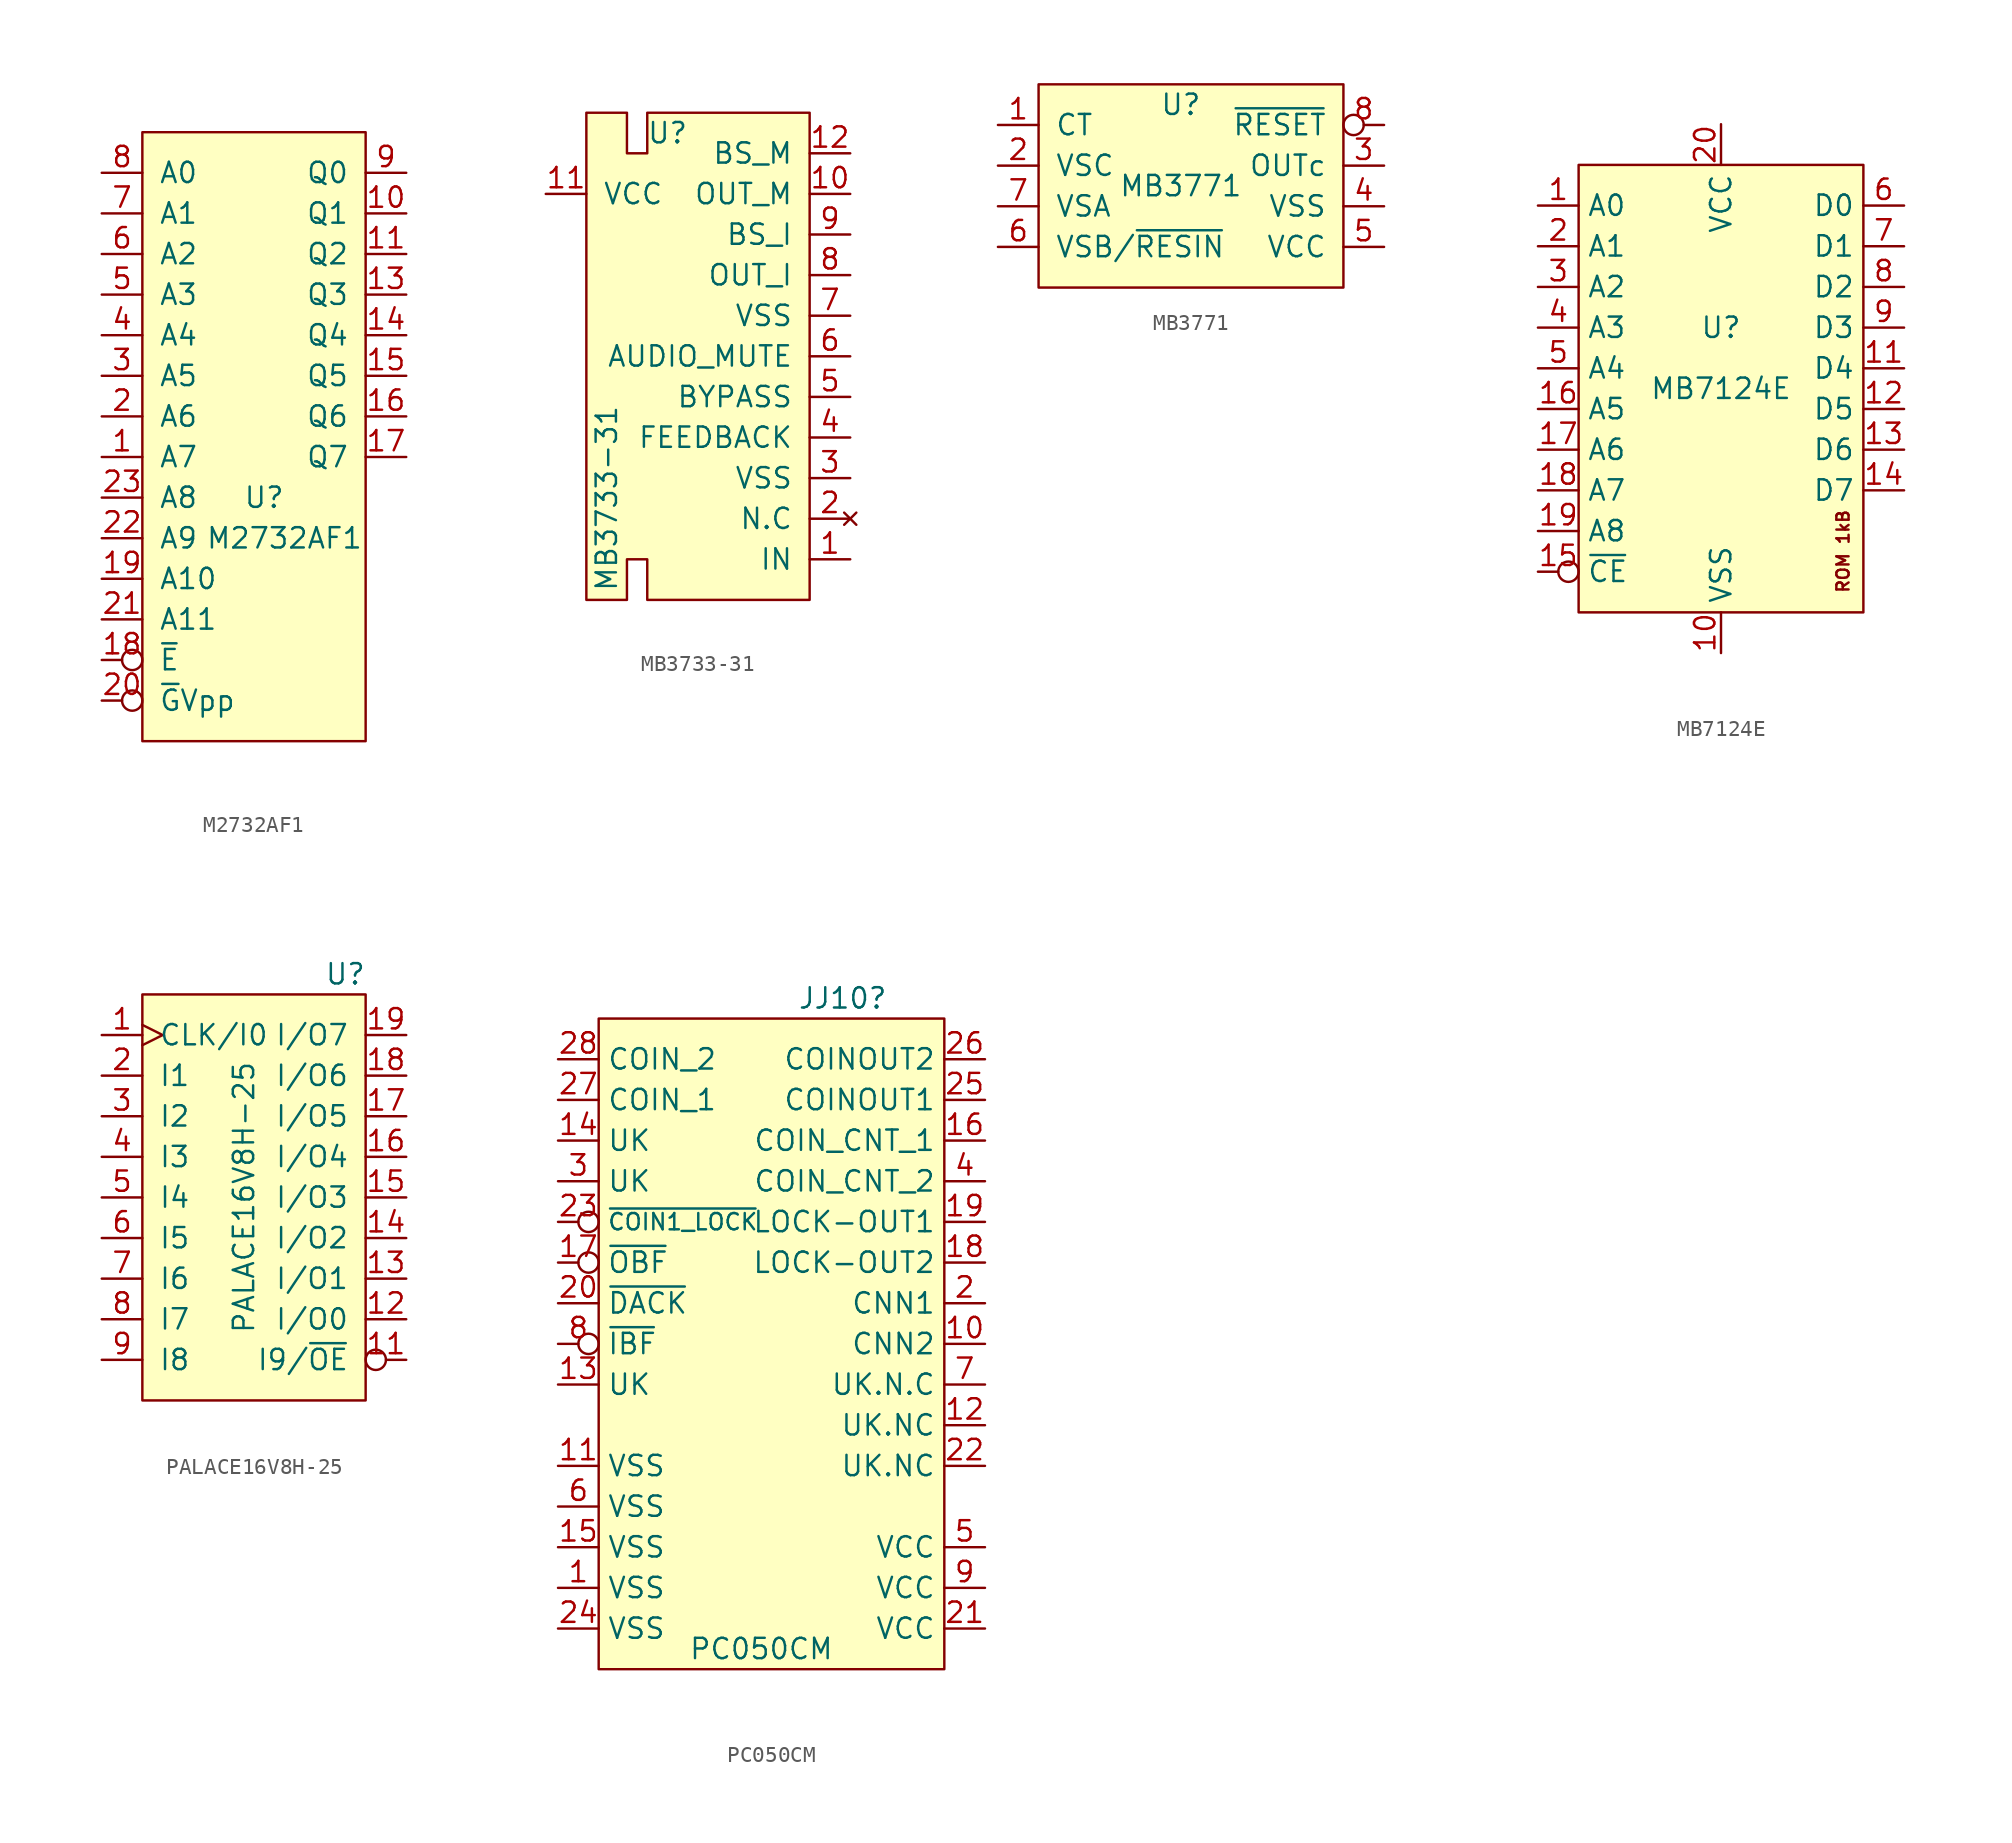
<source format=kicad_sym>
(kicad_symbol_lib
  (version 20211014)
  (generator kicad_symbol_editor)
  (symbol "M2732AF1"
    (pin_names
      (offset 1.016))
    (property "Reference" "U"
      (at 1.27 -6.35 0)
      (effects (font (size 1.27 1.27))))
    (property "Value" "M2732AF1"
      (at 2.54 -8.89 0)
      (effects (font (size 1.27 1.27))))
    (symbol "M2732AF1_0_1"
      (rectangle (start -6.35 16.51) (end 7.62 -21.59) (stroke (width 0) (type default) (color 0 0 0 0)) (fill (type background))))
    (symbol "M2732AF1_1_1"
      (pin input line (at -8.89 -3.81 0) (length 2.54) (name "A7" (effects (font (size 1.27 1.27)))) (number "1" (effects (font (size 1.27 1.27)))))
      (pin bidirectional line (at 10.16 11.43 180) (length 2.54) (name "Q1" (effects (font (size 1.27 1.27)))) (number "10" (effects (font (size 1.27 1.27)))))
      (pin bidirectional line (at 10.16 8.89 180) (length 2.54) (name "Q2" (effects (font (size 1.27 1.27)))) (number "11" (effects (font (size 1.27 1.27)))))
      (pin power_in line (at 0 -21.59 90) (length 2.54) hide (name "VSS" (effects (font (size 1.27 1.27)))) (number "12" (effects (font (size 1.27 1.27)))))
      (pin output line (at 10.16 6.35 180) (length 2.54) (name "Q3" (effects (font (size 1.27 1.27)))) (number "13" (effects (font (size 1.27 1.27)))))
      (pin output line (at 10.16 3.81 180) (length 2.54) (name "Q4" (effects (font (size 1.27 1.27)))) (number "14" (effects (font (size 1.27 1.27)))))
      (pin output line (at 10.16 1.27 180) (length 2.54) (name "Q5" (effects (font (size 1.27 1.27)))) (number "15" (effects (font (size 1.27 1.27)))))
      (pin output line (at 10.16 -1.27 180) (length 2.54) (name "Q6" (effects (font (size 1.27 1.27)))) (number "16" (effects (font (size 1.27 1.27)))))
      (pin output line (at 10.16 -3.81 180) (length 2.54) (name "Q7" (effects (font (size 1.27 1.27)))) (number "17" (effects (font (size 1.27 1.27)))))
      (pin input inverted (at -8.89 -16.51 0) (length 2.54) (name "~{E}" (effects (font (size 1.27 1.27)))) (number "18" (effects (font (size 1.27 1.27)))))
      (pin input line (at -8.89 -11.43 0) (length 2.54) (name "A10" (effects (font (size 1.27 1.27)))) (number "19" (effects (font (size 1.27 1.27)))))
      (pin input line (at -8.89 -1.27 0) (length 2.54) (name "A6" (effects (font (size 1.27 1.27)))) (number "2" (effects (font (size 1.27 1.27)))))
      (pin input inverted (at -8.89 -19.05 0) (length 2.54) (name "~{G}Vpp" (effects (font (size 1.27 1.27)))) (number "20" (effects (font (size 1.27 1.27)))))
      (pin input line (at -8.89 -13.97 0) (length 2.54) (name "A11" (effects (font (size 1.27 1.27)))) (number "21" (effects (font (size 1.27 1.27)))))
      (pin input line (at -8.89 -8.89 0) (length 2.54) (name "A9" (effects (font (size 1.27 1.27)))) (number "22" (effects (font (size 1.27 1.27)))))
      (pin input line (at -8.89 -6.35 0) (length 2.54) (name "A8" (effects (font (size 1.27 1.27)))) (number "23" (effects (font (size 1.27 1.27)))))
      (pin power_in line (at 0 16.51 270) (length 2.54) hide (name "VCC" (effects (font (size 1.27 1.27)))) (number "24" (effects (font (size 1.27 1.27)))))
      (pin input line (at -8.89 1.27 0) (length 2.54) (name "A5" (effects (font (size 1.27 1.27)))) (number "3" (effects (font (size 1.27 1.27)))))
      (pin input line (at -8.89 3.81 0) (length 2.54) (name "A4" (effects (font (size 1.27 1.27)))) (number "4" (effects (font (size 1.27 1.27)))))
      (pin input line (at -8.89 6.35 0) (length 2.54) (name "A3" (effects (font (size 1.27 1.27)))) (number "5" (effects (font (size 1.27 1.27)))))
      (pin input line (at -8.89 8.89 0) (length 2.54) (name "A2" (effects (font (size 1.27 1.27)))) (number "6" (effects (font (size 1.27 1.27)))))
      (pin input line (at -8.89 11.43 0) (length 2.54) (name "A1" (effects (font (size 1.27 1.27)))) (number "7" (effects (font (size 1.27 1.27)))))
      (pin input line (at -8.89 13.97 0) (length 2.54) (name "A0" (effects (font (size 1.27 1.27)))) (number "8" (effects (font (size 1.27 1.27)))))
      (pin bidirectional line (at 10.16 13.97 180) (length 2.54) (name "Q0" (effects (font (size 1.27 1.27)))) (number "9" (effects (font (size 1.27 1.27)))))))
  (symbol "MB3733-31"
    (pin_names
      (offset 1.016))
    (property "Reference" "U"
      (at -2.54 -11.43 0)
      (effects (font (size 1.27 1.27))))
    (property "Value" "MB3733-31"
      (at -6.35 -34.29 90)
      (effects (font (size 1.27 1.27))))
    (symbol "MB3733-31_0_1"
      (polyline (pts (xy 6.35 -10.16) (xy 6.35 -40.64) (xy -3.81 -40.64) (xy -3.81 -38.1) (xy -5.08 -38.1) (xy -5.08 -40.64) (xy -7.62 -40.64) (xy -7.62 -10.16) (xy -5.08 -10.16) (xy -5.08 -12.7) (xy -3.81 -12.7) (xy -3.81 -10.16) (xy 6.35 -10.16)) (stroke (width 0) (type default) (color 0 0 0 0)) (fill (type background))))
    (symbol "MB3733-31_1_1"
      (pin input line (at 8.89 -38.1 180) (length 2.54) (name "IN" (effects (font (size 1.27 1.27)))) (number "1" (effects (font (size 1.27 1.27)))))
      (pin output line (at 8.89 -15.24 180) (length 2.54) (name "OUT_M" (effects (font (size 1.27 1.27)))) (number "10" (effects (font (size 1.27 1.27)))))
      (pin power_in line (at -10.16 -15.24 0) (length 2.54) (name "VCC" (effects (font (size 1.27 1.27)))) (number "11" (effects (font (size 1.27 1.27)))))
      (pin output line (at 8.89 -12.7 180) (length 2.54) (name "BS_M" (effects (font (size 1.27 1.27)))) (number "12" (effects (font (size 1.27 1.27)))))
      (pin no_connect line (at 8.89 -35.56 180) (length 2.54) (name "N.C" (effects (font (size 1.27 1.27)))) (number "2" (effects (font (size 1.27 1.27)))))
      (pin power_in line (at 8.89 -33.02 180) (length 2.54) (name "VSS" (effects (font (size 1.27 1.27)))) (number "3" (effects (font (size 1.27 1.27)))))
      (pin input line (at 8.89 -30.48 180) (length 2.54) (name "FEEDBACK" (effects (font (size 1.27 1.27)))) (number "4" (effects (font (size 1.27 1.27)))))
      (pin input line (at 8.89 -27.94 180) (length 2.54) (name "BYPASS" (effects (font (size 1.27 1.27)))) (number "5" (effects (font (size 1.27 1.27)))))
      (pin input line (at 8.89 -25.4 180) (length 2.54) (name "AUDIO_MUTE" (effects (font (size 1.27 1.27)))) (number "6" (effects (font (size 1.27 1.27)))))
      (pin power_in line (at 8.89 -22.86 180) (length 2.54) (name "VSS" (effects (font (size 1.27 1.27)))) (number "7" (effects (font (size 1.27 1.27)))))
      (pin output line (at 8.89 -20.32 180) (length 2.54) (name "OUT_I" (effects (font (size 1.27 1.27)))) (number "8" (effects (font (size 1.27 1.27)))))
      (pin output line (at 8.89 -17.78 180) (length 2.54) (name "BS_I" (effects (font (size 1.27 1.27)))) (number "9" (effects (font (size 1.27 1.27)))))))
  (symbol "MB3771"
    (pin_names
      (offset 1.016))
    (property "Reference" "U"
      (at 0 5.08 0)
      (effects (font (size 1.27 1.27))))
    (property "Value" "MB3771"
      (at 0 0 0)
      (effects (font (size 1.27 1.27))))
    (symbol "MB3771_0_1"
      (rectangle (start -8.89 6.35) (end 10.16 -6.35) (stroke (width 0) (type default) (color 0 0 0 0)) (fill (type background))))
    (symbol "MB3771_1_1"
      (pin input line (at -11.43 3.81 0) (length 2.54) (name "CT" (effects (font (size 1.27 1.27)))) (number "1" (effects (font (size 1.27 1.27)))))
      (pin input line (at -11.43 1.27 0) (length 2.54) (name "VSC" (effects (font (size 1.27 1.27)))) (number "2" (effects (font (size 1.27 1.27)))))
      (pin output line (at 12.7 1.27 180) (length 2.54) (name "OUTc" (effects (font (size 1.27 1.27)))) (number "3" (effects (font (size 1.27 1.27)))))
      (pin power_in line (at 12.7 -1.27 180) (length 2.54) (name "VSS" (effects (font (size 1.27 1.27)))) (number "4" (effects (font (size 1.27 1.27)))))
      (pin power_in line (at 12.7 -3.81 180) (length 2.54) (name "VCC" (effects (font (size 1.27 1.27)))) (number "5" (effects (font (size 1.27 1.27)))))
      (pin input line (at -11.43 -3.81 0) (length 2.54) (name "VSB/~{RESIN}" (effects (font (size 1.27 1.27)))) (number "6" (effects (font (size 1.27 1.27)))))
      (pin input line (at -11.43 -1.27 0) (length 2.54) (name "VSA" (effects (font (size 1.27 1.27)))) (number "7" (effects (font (size 1.27 1.27)))))
      (pin output inverted (at 12.7 3.81 180) (length 2.54) (name "~{RESET}" (effects (font (size 1.27 1.27)))) (number "8" (effects (font (size 1.27 1.27)))))))
  (symbol "MB7124E"
    (property "Reference" "U"
      (at 0 3.81 0)
      (effects (font (size 1.27 1.27))))
    (property "Value" "MB7124E"
      (at 0 0 0)
      (effects (font (size 1.27 1.27))))
    (symbol "MB7124E_0_0"
      (text "ROM 1kB" (at 7.62 -10.16 900) (effects (font (size 0.762 0.762)))))
    (symbol "MB7124E_0_1"
      (rectangle (start -8.89 13.97) (end 8.89 -13.97) (stroke (width 0.152) (type default) (color 0 0 0 0)) (fill (type background))))
    (symbol "MB7124E_1_1"
      (pin input line (at -11.43 11.43 0) (length 2.54) (name "A0" (effects (font (size 1.27 1.27)))) (number "1" (effects (font (size 1.27 1.27)))))
      (pin power_in line (at 0 -16.51 90) (length 2.54) (name "VSS" (effects (font (size 1.27 1.27)))) (number "10" (effects (font (size 1.27 1.27)))))
      (pin output line (at 11.43 1.27 180) (length 2.54) (name "D4" (effects (font (size 1.27 1.27)))) (number "11" (effects (font (size 1.27 1.27)))))
      (pin output line (at 11.43 -1.27 180) (length 2.54) (name "D5" (effects (font (size 1.27 1.27)))) (number "12" (effects (font (size 1.27 1.27)))))
      (pin output line (at 11.43 -3.81 180) (length 2.54) (name "D6" (effects (font (size 1.27 1.27)))) (number "13" (effects (font (size 1.27 1.27)))))
      (pin output line (at 11.43 -6.35 180) (length 2.54) (name "D7" (effects (font (size 1.27 1.27)))) (number "14" (effects (font (size 1.27 1.27)))))
      (pin input inverted (at -11.43 -11.43 0) (length 2.54) (name "~{CE}" (effects (font (size 1.27 1.27)))) (number "15" (effects (font (size 1.27 1.27)))))
      (pin input line (at -11.43 -1.27 0) (length 2.54) (name "A5" (effects (font (size 1.27 1.27)))) (number "16" (effects (font (size 1.27 1.27)))))
      (pin input line (at -11.43 -3.81 0) (length 2.54) (name "A6" (effects (font (size 1.27 1.27)))) (number "17" (effects (font (size 1.27 1.27)))))
      (pin input line (at -11.43 -6.35 0) (length 2.54) (name "A7" (effects (font (size 1.27 1.27)))) (number "18" (effects (font (size 1.27 1.27)))))
      (pin input line (at -11.43 -8.89 0) (length 2.54) (name "A8" (effects (font (size 1.27 1.27)))) (number "19" (effects (font (size 1.27 1.27)))))
      (pin input line (at -11.43 8.89 0) (length 2.54) (name "A1" (effects (font (size 1.27 1.27)))) (number "2" (effects (font (size 1.27 1.27)))))
      (pin power_in line (at 0 16.51 270) (length 2.54) (name "VCC" (effects (font (size 1.27 1.27)))) (number "20" (effects (font (size 1.27 1.27)))))
      (pin input line (at -11.43 6.35 0) (length 2.54) (name "A2" (effects (font (size 1.27 1.27)))) (number "3" (effects (font (size 1.27 1.27)))))
      (pin input line (at -11.43 3.81 0) (length 2.54) (name "A3" (effects (font (size 1.27 1.27)))) (number "4" (effects (font (size 1.27 1.27)))))
      (pin input line (at -11.43 1.27 0) (length 2.54) (name "A4" (effects (font (size 1.27 1.27)))) (number "5" (effects (font (size 1.27 1.27)))))
      (pin output line (at 11.43 11.43 180) (length 2.54) (name "D0" (effects (font (size 1.27 1.27)))) (number "6" (effects (font (size 1.27 1.27)))))
      (pin output line (at 11.43 8.89 180) (length 2.54) (name "D1" (effects (font (size 1.27 1.27)))) (number "7" (effects (font (size 1.27 1.27)))))
      (pin output line (at 11.43 6.35 180) (length 2.54) (name "D2" (effects (font (size 1.27 1.27)))) (number "8" (effects (font (size 1.27 1.27)))))
      (pin output line (at 11.43 3.81 180) (length 2.54) (name "D3" (effects (font (size 1.27 1.27)))) (number "9" (effects (font (size 1.27 1.27)))))))
  (symbol "PALACE16V8H-25"
    (pin_names
      (offset 1.016))
    (property "Reference" "U"
      (at 5.08 13.97 0)
      (effects (font (size 1.27 1.27))))
    (property "Value" "PALACE16V8H-25"
      (at -1.27 0 90)
      (effects (font (size 1.27 1.27))))
    (symbol "PALACE16V8H-25_1_1"
      (rectangle (start -7.62 12.7) (end 6.35 -12.7) (stroke (width 0) (type default) (color 0 0 0 0)) (fill (type background)))
      (pin input clock (at -10.16 10.16 0) (length 2.54) (name "CLK/I0" (effects (font (size 1.27 1.27)))) (number "1" (effects (font (size 1.27 1.27)))))
      (pin power_in line (at 0 -12.7 90) (length 2.54) hide (name "VSS" (effects (font (size 1.27 1.27)))) (number "10" (effects (font (size 1.27 1.27)))))
      (pin output inverted (at 8.89 -10.16 180) (length 2.54) (name "I9/~{OE}" (effects (font (size 1.27 1.27)))) (number "11" (effects (font (size 1.27 1.27)))))
      (pin bidirectional line (at 8.89 -7.62 180) (length 2.54) (name "I/O0" (effects (font (size 1.27 1.27)))) (number "12" (effects (font (size 1.27 1.27)))))
      (pin bidirectional line (at 8.89 -5.08 180) (length 2.54) (name "I/O1" (effects (font (size 1.27 1.27)))) (number "13" (effects (font (size 1.27 1.27)))))
      (pin bidirectional line (at 8.89 -2.54 180) (length 2.54) (name "I/O2" (effects (font (size 1.27 1.27)))) (number "14" (effects (font (size 1.27 1.27)))))
      (pin bidirectional line (at 8.89 0 180) (length 2.54) (name "I/O3" (effects (font (size 1.27 1.27)))) (number "15" (effects (font (size 1.27 1.27)))))
      (pin bidirectional line (at 8.89 2.54 180) (length 2.54) (name "I/O4" (effects (font (size 1.27 1.27)))) (number "16" (effects (font (size 1.27 1.27)))))
      (pin bidirectional line (at 8.89 5.08 180) (length 2.54) (name "I/O5" (effects (font (size 1.27 1.27)))) (number "17" (effects (font (size 1.27 1.27)))))
      (pin bidirectional line (at 8.89 7.62 180) (length 2.54) (name "I/O6" (effects (font (size 1.27 1.27)))) (number "18" (effects (font (size 1.27 1.27)))))
      (pin bidirectional line (at 8.89 10.16 180) (length 2.54) (name "I/O7" (effects (font (size 1.27 1.27)))) (number "19" (effects (font (size 1.27 1.27)))))
      (pin input line (at -10.16 7.62 0) (length 2.54) (name "I1" (effects (font (size 1.27 1.27)))) (number "2" (effects (font (size 1.27 1.27)))))
      (pin power_in line (at 0 12.7 270) (length 2.54) hide (name "VCC" (effects (font (size 1.27 1.27)))) (number "20" (effects (font (size 1.27 1.27)))))
      (pin input line (at -10.16 5.08 0) (length 2.54) (name "I2" (effects (font (size 1.27 1.27)))) (number "3" (effects (font (size 1.27 1.27)))))
      (pin input line (at -10.16 2.54 0) (length 2.54) (name "I3" (effects (font (size 1.27 1.27)))) (number "4" (effects (font (size 1.27 1.27)))))
      (pin input line (at -10.16 0 0) (length 2.54) (name "I4" (effects (font (size 1.27 1.27)))) (number "5" (effects (font (size 1.27 1.27)))))
      (pin input line (at -10.16 -2.54 0) (length 2.54) (name "I5" (effects (font (size 1.27 1.27)))) (number "6" (effects (font (size 1.27 1.27)))))
      (pin input line (at -10.16 -5.08 0) (length 2.54) (name "I6" (effects (font (size 1.27 1.27)))) (number "7" (effects (font (size 1.27 1.27)))))
      (pin input line (at -10.16 -7.62 0) (length 2.54) (name "I7" (effects (font (size 1.27 1.27)))) (number "8" (effects (font (size 1.27 1.27)))))
      (pin input line (at -10.16 -10.16 0) (length 2.54) (name "I8" (effects (font (size 1.27 1.27)))) (number "9" (effects (font (size 1.27 1.27)))))))
  (symbol "PC050CM"
    (property "Reference" "JJ10"
      (at 5.08 21.59 0)
      (effects (font (size 1.27 1.27))))
    (property "Value" "PC050CM"
      (at 0 -19.05 0)
      (effects (font (size 1.27 1.27))))
    (symbol "PC050CM_0_1"
      (rectangle (start -10.16 20.32) (end 11.43 -20.32) (stroke (width 0.152) (type default) (color 0 0 0 0)) (fill (type background))))
    (symbol "PC050CM_1_1"
      (pin power_in line (at -12.7 -15.24 0) (length 2.54) (name "VSS" (effects (font (size 1.27 1.27)))) (number "1" (effects (font (size 1.27 1.27)))))
      (pin output line (at 13.97 0 180) (length 2.54) (name "CNN2" (effects (font (size 1.27 1.27)))) (number "10" (effects (font (size 1.27 1.27)))))
      (pin power_in line (at -12.7 -7.62 0) (length 2.54) (name "VSS" (effects (font (size 1.27 1.27)))) (number "11" (effects (font (size 1.27 1.27)))))
      (pin output line (at 13.97 -5.08 180) (length 2.54) (name "UK.NC" (effects (font (size 1.27 1.27)))) (number "12" (effects (font (size 1.27 1.27)))))
      (pin input line (at -12.7 -2.54 0) (length 2.54) (name "UK" (effects (font (size 1.27 1.27)))) (number "13" (effects (font (size 1.27 1.27)))))
      (pin input line (at -12.7 12.7 0) (length 2.54) (name "UK" (effects (font (size 1.27 1.27)))) (number "14" (effects (font (size 1.27 1.27)))))
      (pin power_in line (at -12.7 -12.7 0) (length 2.54) (name "VSS" (effects (font (size 1.27 1.27)))) (number "15" (effects (font (size 1.27 1.27)))))
      (pin output line (at 13.97 12.7 180) (length 2.54) (name "COIN_CNT_1" (effects (font (size 1.27 1.27)))) (number "16" (effects (font (size 1.27 1.27)))))
      (pin input inverted (at -12.7 5.08 0) (length 2.54) (name "~{OBF}" (effects (font (size 1.27 1.27)))) (number "17" (effects (font (size 1.27 1.27)))))
      (pin output line (at 13.97 5.08 180) (length 2.54) (name "LOCK-OUT2" (effects (font (size 1.27 1.27)))) (number "18" (effects (font (size 1.27 1.27)))))
      (pin output line (at 13.97 7.62 180) (length 2.54) (name "LOCK-OUT1" (effects (font (size 1.27 1.27)))) (number "19" (effects (font (size 1.27 1.27)))))
      (pin output line (at 13.97 2.54 180) (length 2.54) (name "CNN1" (effects (font (size 1.27 1.27)))) (number "2" (effects (font (size 1.27 1.27)))))
      (pin input line (at -12.7 2.54 0) (length 2.54) (name "~{DACK}" (effects (font (size 1.27 1.27)))) (number "20" (effects (font (size 1.27 1.27)))))
      (pin power_in line (at 13.97 -17.78 180) (length 2.54) (name "VCC" (effects (font (size 1.27 1.27)))) (number "21" (effects (font (size 1.27 1.27)))))
      (pin output line (at 13.97 -7.62 180) (length 2.54) (name "UK.NC" (effects (font (size 1.27 1.27)))) (number "22" (effects (font (size 1.27 1.27)))))
      (pin input inverted (at -12.7 7.62 0) (length 2.54) (name "~{COIN1_LOCK}" (effects (font (size 1.016 1.016)))) (number "23" (effects (font (size 1.27 1.27)))))
      (pin power_in line (at -12.7 -17.78 0) (length 2.54) (name "VSS" (effects (font (size 1.27 1.27)))) (number "24" (effects (font (size 1.27 1.27)))))
      (pin output line (at 13.97 15.24 180) (length 2.54) (name "COINOUT1" (effects (font (size 1.27 1.27)))) (number "25" (effects (font (size 1.27 1.27)))))
      (pin output line (at 13.97 17.78 180) (length 2.54) (name "COINOUT2" (effects (font (size 1.27 1.27)))) (number "26" (effects (font (size 1.27 1.27)))))
      (pin input line (at -12.7 15.24 0) (length 2.54) (name "COIN_1" (effects (font (size 1.27 1.27)))) (number "27" (effects (font (size 1.27 1.27)))))
      (pin input line (at -12.7 17.78 0) (length 2.54) (name "COIN_2" (effects (font (size 1.27 1.27)))) (number "28" (effects (font (size 1.27 1.27)))))
      (pin input line (at -12.7 10.16 0) (length 2.54) (name "UK" (effects (font (size 1.27 1.27)))) (number "3" (effects (font (size 1.27 1.27)))))
      (pin output line (at 13.97 10.16 180) (length 2.54) (name "COIN_CNT_2" (effects (font (size 1.27 1.27)))) (number "4" (effects (font (size 1.27 1.27)))))
      (pin power_in line (at 13.97 -12.7 180) (length 2.54) (name "VCC" (effects (font (size 1.27 1.27)))) (number "5" (effects (font (size 1.27 1.27)))))
      (pin power_in line (at -12.7 -10.16 0) (length 2.54) (name "VSS" (effects (font (size 1.27 1.27)))) (number "6" (effects (font (size 1.27 1.27)))))
      (pin output line (at 13.97 -2.54 180) (length 2.54) (name "UK.N.C" (effects (font (size 1.27 1.27)))) (number "7" (effects (font (size 1.27 1.27)))))
      (pin input inverted (at -12.7 0 0) (length 2.54) (name "~{IBF}" (effects (font (size 1.27 1.27)))) (number "8" (effects (font (size 1.27 1.27)))))
      (pin power_in line (at 13.97 -15.24 180) (length 2.54) (name "VCC" (effects (font (size 1.27 1.27)))) (number "9" (effects (font (size 1.27 1.27))))))))
</source>
